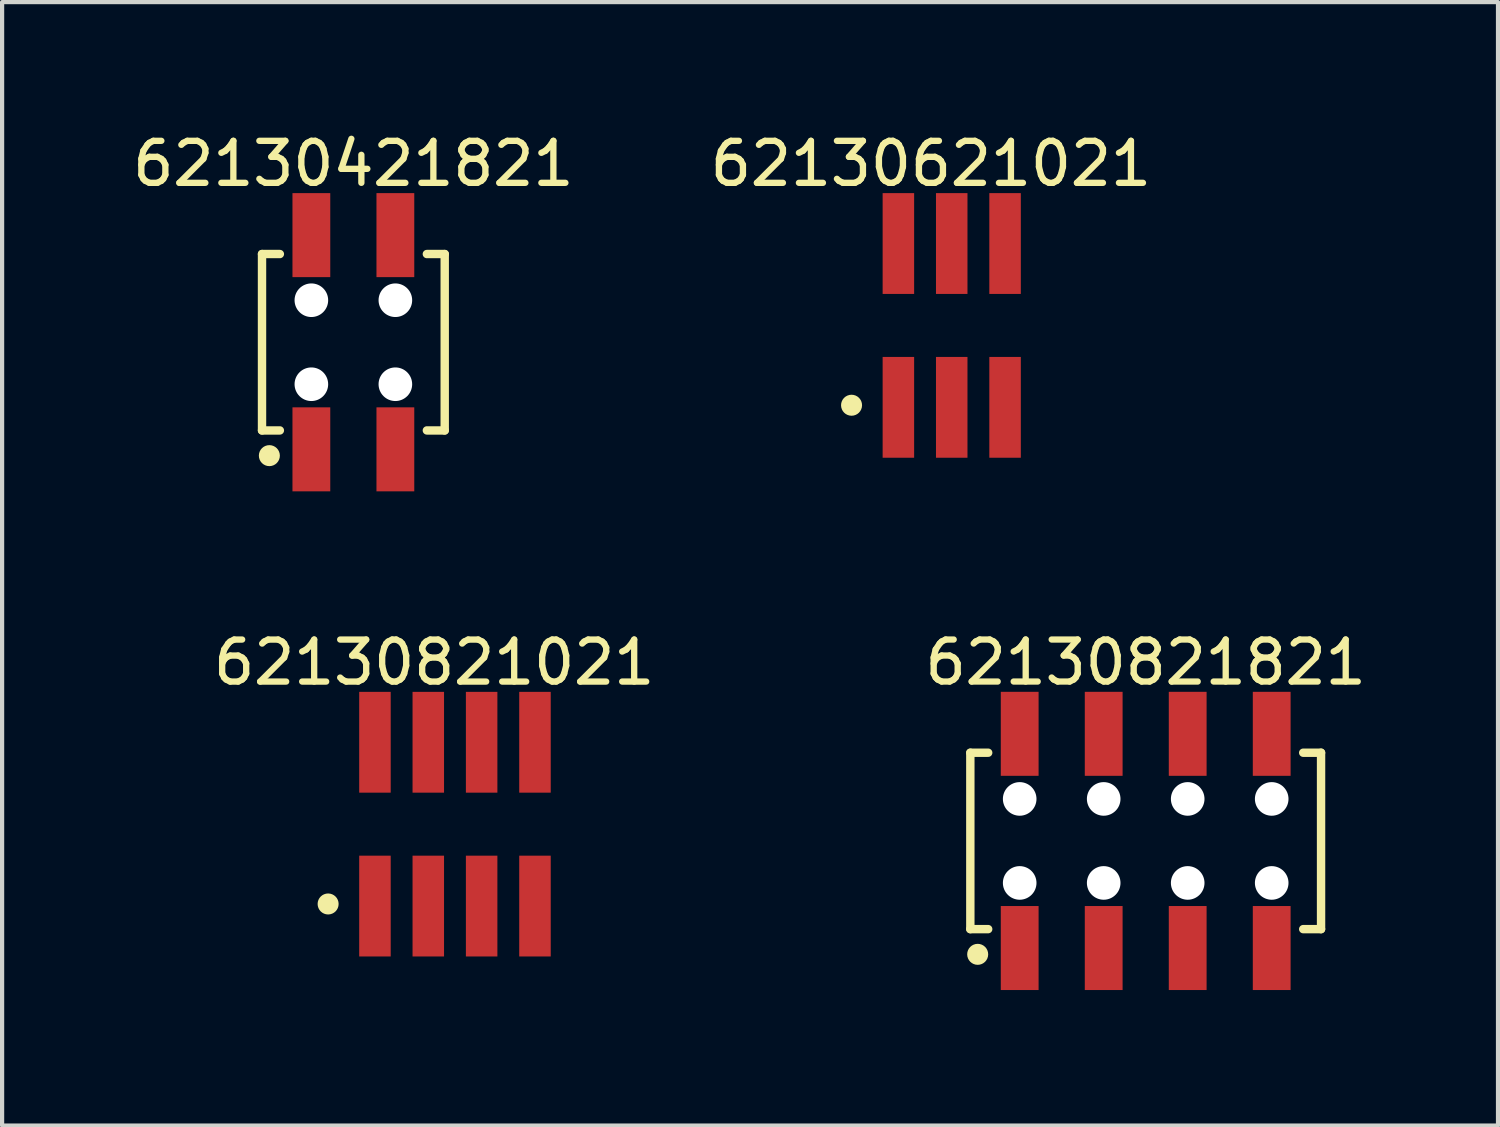
<source format=kicad_pcb>
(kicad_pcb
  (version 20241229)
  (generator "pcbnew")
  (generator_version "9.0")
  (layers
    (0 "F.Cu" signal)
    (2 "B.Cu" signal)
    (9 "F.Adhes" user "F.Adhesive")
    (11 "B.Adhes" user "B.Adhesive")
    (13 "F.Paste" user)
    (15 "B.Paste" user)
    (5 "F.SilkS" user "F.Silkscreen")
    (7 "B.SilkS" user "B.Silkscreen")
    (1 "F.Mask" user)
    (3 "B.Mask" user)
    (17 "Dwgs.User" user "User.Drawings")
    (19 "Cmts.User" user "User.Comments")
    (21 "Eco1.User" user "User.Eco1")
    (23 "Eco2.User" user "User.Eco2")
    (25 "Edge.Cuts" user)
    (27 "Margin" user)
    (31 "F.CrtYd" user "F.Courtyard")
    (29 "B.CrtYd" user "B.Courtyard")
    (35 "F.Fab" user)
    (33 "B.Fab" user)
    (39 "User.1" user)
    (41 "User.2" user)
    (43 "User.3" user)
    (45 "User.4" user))
  (footprint "62130621021"
    (layer "F.Cu")
    (at 19.609 4.698)
    (property "Reference" "62130621021" (at -0.495 -3.85 0) (layer "F.SilkS") (effects (font (size 1 1) (thickness 0.15))))
    (fp_circle (center -2.385 1.9) (end -2.385 1.775) (stroke (width 0.25) (type solid)) (fill no) (layer "F.SilkS"))
    (fp_line (start -2.105 -3.35) (end 2.105 -3.35) (stroke (width 0.05) (type solid)) (layer "Eco2.User"))
    (fp_line (start -2.105 3.35) (end -2.105 -3.35) (stroke (width 0.05) (type solid)) (layer "Eco2.User"))
    (fp_line (start -2.105 3.35) (end 2.105 3.35) (stroke (width 0.05) (type solid)) (layer "Eco2.User"))
    (fp_line (start -1.905 -1.7) (end 1.905 -1.7) (stroke (width 0.1) (type solid)) (layer "Eco2.User"))
    (fp_line (start -1.905 1.7) (end -1.905 -1.7) (stroke (width 0.1) (type solid)) (layer "Eco2.User"))
    (fp_line (start -1.905 1.7) (end 1.905 1.7) (stroke (width 0.1) (type solid)) (layer "Eco2.User"))
    (fp_line (start -1.47 -2.5) (end -1.07 -2.5) (stroke (width 0.1) (type solid)) (layer "Eco2.User"))
    (fp_line (start -1.47 -1.7) (end -1.47 -2.5) (stroke (width 0.1) (type solid)) (layer "Eco2.User"))
    (fp_line (start -1.47 2.5) (end -1.47 1.7) (stroke (width 0.1) (type solid)) (layer "Eco2.User"))
    (fp_line (start -1.47 2.5) (end -1.07 2.5) (stroke (width 0.1) (type solid)) (layer "Eco2.User"))
    (fp_line (start -1.07 -1.7) (end -1.07 -2.5) (stroke (width 0.1) (type solid)) (layer "Eco2.User"))
    (fp_line (start -1.07 2.5) (end -1.07 1.7) (stroke (width 0.1) (type solid)) (layer "Eco2.User"))
    (fp_line (start -0.5 0) (end 0.5 0) (stroke (width 0.05) (type solid)) (layer "Eco2.User"))
    (fp_line (start -0.2 -2.5) (end 0.2 -2.5) (stroke (width 0.1) (type solid)) (layer "Eco2.User"))
    (fp_line (start -0.2 -1.7) (end -0.2 -2.5) (stroke (width 0.1) (type solid)) (layer "Eco2.User"))
    (fp_line (start -0.2 2.5) (end -0.2 1.7) (stroke (width 0.1) (type solid)) (layer "Eco2.User"))
    (fp_line (start -0.2 2.5) (end 0.2 2.5) (stroke (width 0.1) (type solid)) (layer "Eco2.User"))
    (fp_line (start 0 0.5) (end 0 -0.5) (stroke (width 0.05) (type solid)) (layer "Eco2.User"))
    (fp_line (start 0.2 -1.7) (end 0.2 -2.5) (stroke (width 0.1) (type solid)) (layer "Eco2.User"))
    (fp_line (start 0.2 2.5) (end 0.2 1.7) (stroke (width 0.1) (type solid)) (layer "Eco2.User"))
    (fp_line (start 1.07 -2.5) (end 1.47 -2.5) (stroke (width 0.1) (type solid)) (layer "Eco2.User"))
    (fp_line (start 1.07 -1.7) (end 1.07 -2.5) (stroke (width 0.1) (type solid)) (layer "Eco2.User"))
    (fp_line (start 1.07 2.5) (end 1.07 1.7) (stroke (width 0.1) (type solid)) (layer "Eco2.User"))
    (fp_line (start 1.07 2.5) (end 1.47 2.5) (stroke (width 0.1) (type solid)) (layer "Eco2.User"))
    (fp_line (start 1.47 -1.7) (end 1.47 -2.5) (stroke (width 0.1) (type solid)) (layer "Eco2.User"))
    (fp_line (start 1.47 2.5) (end 1.47 1.7) (stroke (width 0.1) (type solid)) (layer "Eco2.User"))
    (fp_line (start 1.905 1.7) (end 1.905 -1.7) (stroke (width 0.1) (type solid)) (layer "Eco2.User"))
    (fp_line (start 2.105 3.35) (end 2.105 -3.35) (stroke (width 0.05) (type solid)) (layer "Eco2.User"))
    (fp_text user "${REFERENCE}" (at 0.1 -0.131 0) (unlocked yes) (layer "User.3") (effects (font (size 1 1) (thickness 0.1))))
    (pad "1" smd rect (at -1.27 1.95) (size 0.75 2.4) (layers "F.Cu" "F.Mask" "F.Paste"))
    (pad "2" smd rect (at -1.27 -1.95) (size 0.75 2.4) (layers "F.Cu" "F.Mask" "F.Paste"))
    (pad "3" smd rect (at 0 1.95) (size 0.75 2.4) (layers "F.Cu" "F.Mask" "F.Paste"))
    (pad "4" smd rect (at 0 -1.95) (size 0.75 2.4) (layers "F.Cu" "F.Mask" "F.Paste"))
    (pad "5" smd rect (at 1.27 1.95) (size 0.75 2.4) (layers "F.Cu" "F.Mask" "F.Paste"))
    (pad "6" smd rect (at 1.27 -1.95) (size 0.75 2.4) (layers "F.Cu" "F.Mask" "F.Paste")))
  (footprint "62130821021"
    (layer "F.Cu")
    (at 7.782 16.572)
    (property "Reference" "62130821021" (at -0.495 -3.85 0) (layer "F.SilkS") (effects (font (size 1 1) (thickness 0.15))))
    (fp_circle (center -3.02 1.9) (end -3.02 1.775) (stroke (width 0.25) (type solid)) (fill no) (layer "F.SilkS"))
    (fp_line (start -2.74 -3.35) (end 2.74 -3.35) (stroke (width 0.05) (type solid)) (layer "Eco2.User"))
    (fp_line (start -2.74 3.35) (end -2.74 -3.35) (stroke (width 0.05) (type solid)) (layer "Eco2.User"))
    (fp_line (start -2.74 3.35) (end 2.74 3.35) (stroke (width 0.05) (type solid)) (layer "Eco2.User"))
    (fp_line (start -2.54 -1.7) (end 2.54 -1.7) (stroke (width 0.1) (type solid)) (layer "Eco2.User"))
    (fp_line (start -2.54 1.7) (end -2.54 -1.7) (stroke (width 0.1) (type solid)) (layer "Eco2.User"))
    (fp_line (start -2.54 1.7) (end 2.54 1.7) (stroke (width 0.1) (type solid)) (layer "Eco2.User"))
    (fp_line (start -2.105 -2.5) (end -1.705 -2.5) (stroke (width 0.1) (type solid)) (layer "Eco2.User"))
    (fp_line (start -2.105 -1.7) (end -2.105 -2.5) (stroke (width 0.1) (type solid)) (layer "Eco2.User"))
    (fp_line (start -2.105 2.5) (end -2.105 1.7) (stroke (width 0.1) (type solid)) (layer "Eco2.User"))
    (fp_line (start -2.105 2.5) (end -1.705 2.5) (stroke (width 0.1) (type solid)) (layer "Eco2.User"))
    (fp_line (start -1.705 -1.7) (end -1.705 -2.5) (stroke (width 0.1) (type solid)) (layer "Eco2.User"))
    (fp_line (start -1.705 2.5) (end -1.705 1.7) (stroke (width 0.1) (type solid)) (layer "Eco2.User"))
    (fp_line (start -0.835 -2.5) (end -0.435 -2.5) (stroke (width 0.1) (type solid)) (layer "Eco2.User"))
    (fp_line (start -0.835 -1.7) (end -0.835 -2.5) (stroke (width 0.1) (type solid)) (layer "Eco2.User"))
    (fp_line (start -0.835 2.5) (end -0.835 1.7) (stroke (width 0.1) (type solid)) (layer "Eco2.User"))
    (fp_line (start -0.835 2.5) (end -0.435 2.5) (stroke (width 0.1) (type solid)) (layer "Eco2.User"))
    (fp_line (start -0.5 0) (end 0.5 0) (stroke (width 0.05) (type solid)) (layer "Eco2.User"))
    (fp_line (start -0.435 -1.7) (end -0.435 -2.5) (stroke (width 0.1) (type solid)) (layer "Eco2.User"))
    (fp_line (start -0.435 2.5) (end -0.435 1.7) (stroke (width 0.1) (type solid)) (layer "Eco2.User"))
    (fp_line (start 0 0.5) (end 0 -0.5) (stroke (width 0.05) (type solid)) (layer "Eco2.User"))
    (fp_line (start 0.435 -2.5) (end 0.835 -2.5) (stroke (width 0.1) (type solid)) (layer "Eco2.User"))
    (fp_line (start 0.435 -1.7) (end 0.435 -2.5) (stroke (width 0.1) (type solid)) (layer "Eco2.User"))
    (fp_line (start 0.435 2.5) (end 0.435 1.7) (stroke (width 0.1) (type solid)) (layer "Eco2.User"))
    (fp_line (start 0.435 2.5) (end 0.835 2.5) (stroke (width 0.1) (type solid)) (layer "Eco2.User"))
    (fp_line (start 0.835 -1.7) (end 0.835 -2.5) (stroke (width 0.1) (type solid)) (layer "Eco2.User"))
    (fp_line (start 0.835 2.5) (end 0.835 1.7) (stroke (width 0.1) (type solid)) (layer "Eco2.User"))
    (fp_line (start 1.705 -2.5) (end 2.105 -2.5) (stroke (width 0.1) (type solid)) (layer "Eco2.User"))
    (fp_line (start 1.705 -1.7) (end 1.705 -2.5) (stroke (width 0.1) (type solid)) (layer "Eco2.User"))
    (fp_line (start 1.705 2.5) (end 1.705 1.7) (stroke (width 0.1) (type solid)) (layer "Eco2.User"))
    (fp_line (start 1.705 2.5) (end 2.105 2.5) (stroke (width 0.1) (type solid)) (layer "Eco2.User"))
    (fp_line (start 2.105 -1.7) (end 2.105 -2.5) (stroke (width 0.1) (type solid)) (layer "Eco2.User"))
    (fp_line (start 2.105 2.5) (end 2.105 1.7) (stroke (width 0.1) (type solid)) (layer "Eco2.User"))
    (fp_line (start 2.54 1.7) (end 2.54 -1.7) (stroke (width 0.1) (type solid)) (layer "Eco2.User"))
    (fp_line (start 2.74 3.35) (end 2.74 -3.35) (stroke (width 0.05) (type solid)) (layer "Eco2.User"))
    (fp_text user "${REFERENCE}" (at 0.15 -0.197 0) (unlocked yes) (layer "User.3") (effects (font (size 1.5 1.5) (thickness 0.15))))
    (pad "1" smd rect (at -1.905 1.95) (size 0.75 2.4) (layers "F.Cu" "F.Mask" "F.Paste"))
    (pad "2" smd rect (at -1.905 -1.95) (size 0.75 2.4) (layers "F.Cu" "F.Mask" "F.Paste"))
    (pad "3" smd rect (at -0.635 1.95) (size 0.75 2.4) (layers "F.Cu" "F.Mask" "F.Paste"))
    (pad "4" smd rect (at -0.635 -1.95) (size 0.75 2.4) (layers "F.Cu" "F.Mask" "F.Paste"))
    (pad "5" smd rect (at 0.635 1.95) (size 0.75 2.4) (layers "F.Cu" "F.Mask" "F.Paste"))
    (pad "6" smd rect (at 0.635 -1.95) (size 0.75 2.4) (layers "F.Cu" "F.Mask" "F.Paste"))
    (pad "7" smd rect (at 1.905 1.95) (size 0.75 2.4) (layers "F.Cu" "F.Mask" "F.Paste"))
    (pad "8" smd rect (at 1.905 -1.95) (size 0.75 2.4) (layers "F.Cu" "F.Mask" "F.Paste")))
  (footprint "62130821821"
    (layer "F.Cu")
    (at 24.227 16.971)
    (property "Reference" "62130821821" (at 0 -4.25 0) (layer "F.SilkS") (effects (font (size 1 1) (thickness 0.15))))
    (fp_line (start -4.175 -2.1) (end -3.75 -2.1) (stroke (width 0.2) (type solid)) (layer "F.SilkS"))
    (fp_line (start -4.175 2.1) (end -4.175 -2.1) (stroke (width 0.2) (type solid)) (layer "F.SilkS"))
    (fp_line (start -4.175 2.1) (end -3.75 2.1) (stroke (width 0.2) (type solid)) (layer "F.SilkS"))
    (fp_line (start 3.75 -2.1) (end 4.175 -2.1) (stroke (width 0.2) (type solid)) (layer "F.SilkS"))
    (fp_line (start 3.75 2.1) (end 4.175 2.1) (stroke (width 0.2) (type solid)) (layer "F.SilkS"))
    (fp_line (start 4.175 2.1) (end 4.175 -2.1) (stroke (width 0.2) (type solid)) (layer "F.SilkS"))
    (fp_circle (center -4 2.7) (end -4 2.575) (stroke (width 0.25) (type solid)) (fill no) (layer "F.SilkS"))
    (fp_line (start -4.375 -3.75) (end 4.375 -3.75) (stroke (width 0.05) (type solid)) (layer "Eco2.User"))
    (fp_line (start -4.375 3.75) (end -4.375 -3.75) (stroke (width 0.05) (type solid)) (layer "Eco2.User"))
    (fp_line (start -4.375 3.75) (end 4.375 3.75) (stroke (width 0.05) (type solid)) (layer "Eco2.User"))
    (fp_line (start -4 -2) (end 4 -2) (stroke (width 0.1) (type solid)) (layer "Eco2.User"))
    (fp_line (start -4 2) (end -4 -2) (stroke (width 0.1) (type solid)) (layer "Eco2.User"))
    (fp_line (start -4 2) (end 4 2) (stroke (width 0.1) (type solid)) (layer "Eco2.User"))
    (fp_line (start -3.25 -3) (end -2.75 -3) (stroke (width 0.1) (type solid)) (layer "Eco2.User"))
    (fp_line (start -3.25 -2) (end -3.25 -3) (stroke (width 0.1) (type solid)) (layer "Eco2.User"))
    (fp_line (start -3.25 3) (end -3.25 2) (stroke (width 0.1) (type solid)) (layer "Eco2.User"))
    (fp_line (start -3.25 3) (end -2.75 3) (stroke (width 0.1) (type solid)) (layer "Eco2.User"))
    (fp_line (start -2.75 -2) (end -2.75 -3) (stroke (width 0.1) (type solid)) (layer "Eco2.User"))
    (fp_line (start -2.75 3) (end -2.75 2) (stroke (width 0.1) (type solid)) (layer "Eco2.User"))
    (fp_line (start -1.25 -3) (end -0.75 -3) (stroke (width 0.1) (type solid)) (layer "Eco2.User"))
    (fp_line (start -1.25 -2) (end -1.25 -3) (stroke (width 0.1) (type solid)) (layer "Eco2.User"))
    (fp_line (start -1.25 3) (end -1.25 2) (stroke (width 0.1) (type solid)) (layer "Eco2.User"))
    (fp_line (start -1.25 3) (end -0.75 3) (stroke (width 0.1) (type solid)) (layer "Eco2.User"))
    (fp_line (start -0.75 -2) (end -0.75 -3) (stroke (width 0.1) (type solid)) (layer "Eco2.User"))
    (fp_line (start -0.75 3) (end -0.75 2) (stroke (width 0.1) (type solid)) (layer "Eco2.User"))
    (fp_line (start -0.5 0) (end 0.5 0) (stroke (width 0.05) (type solid)) (layer "Eco2.User"))
    (fp_line (start 0 0.5) (end 0 -0.5) (stroke (width 0.05) (type solid)) (layer "Eco2.User"))
    (fp_line (start 0.75 -3) (end 1.25 -3) (stroke (width 0.1) (type solid)) (layer "Eco2.User"))
    (fp_line (start 0.75 -2) (end 0.75 -3) (stroke (width 0.1) (type solid)) (layer "Eco2.User"))
    (fp_line (start 0.75 3) (end 0.75 2) (stroke (width 0.1) (type solid)) (layer "Eco2.User"))
    (fp_line (start 0.75 3) (end 1.25 3) (stroke (width 0.1) (type solid)) (layer "Eco2.User"))
    (fp_line (start 1.25 -2) (end 1.25 -3) (stroke (width 0.1) (type solid)) (layer "Eco2.User"))
    (fp_line (start 1.25 3) (end 1.25 2) (stroke (width 0.1) (type solid)) (layer "Eco2.User"))
    (fp_line (start 2.75 -3) (end 3.25 -3) (stroke (width 0.1) (type solid)) (layer "Eco2.User"))
    (fp_line (start 2.75 -2) (end 2.75 -3) (stroke (width 0.1) (type solid)) (layer "Eco2.User"))
    (fp_line (start 2.75 3) (end 2.75 2) (stroke (width 0.1) (type solid)) (layer "Eco2.User"))
    (fp_line (start 2.75 3) (end 3.25 3) (stroke (width 0.1) (type solid)) (layer "Eco2.User"))
    (fp_line (start 3.25 -2) (end 3.25 -3) (stroke (width 0.1) (type solid)) (layer "Eco2.User"))
    (fp_line (start 3.25 3) (end 3.25 2) (stroke (width 0.1) (type solid)) (layer "Eco2.User"))
    (fp_line (start 4 2) (end 4 -2) (stroke (width 0.1) (type solid)) (layer "Eco2.User"))
    (fp_line (start 4.375 3.75) (end 4.375 -3.75) (stroke (width 0.05) (type solid)) (layer "Eco2.User"))
    (fp_text user "${REFERENCE}" (at 0.1 -0.131 0) (unlocked yes) (layer "User.3") (effects (font (size 1 1) (thickness 0.1))))
    (pad "" np_thru_hole circle (at -3 -1) (size 0.8 0.8) (drill 0.8) (layers "*.Cu" "*.Mask"))
    (pad "" np_thru_hole circle (at -3 1) (size 0.8 0.8) (drill 0.8) (layers "*.Cu" "*.Mask"))
    (pad "" np_thru_hole circle (at -1 -1) (size 0.8 0.8) (drill 0.8) (layers "*.Cu" "*.Mask"))
    (pad "" np_thru_hole circle (at -1 1) (size 0.8 0.8) (drill 0.8) (layers "*.Cu" "*.Mask"))
    (pad "" np_thru_hole circle (at 1 -1) (size 0.8 0.8) (drill 0.8) (layers "*.Cu" "*.Mask"))
    (pad "" np_thru_hole circle (at 1 1) (size 0.8 0.8) (drill 0.8) (layers "*.Cu" "*.Mask"))
    (pad "" np_thru_hole circle (at 3 -1) (size 0.8 0.8) (drill 0.8) (layers "*.Cu" "*.Mask"))
    (pad "" np_thru_hole circle (at 3 1) (size 0.8 0.8) (drill 0.8) (layers "*.Cu" "*.Mask"))
    (pad "1" smd rect (at -3 2.55) (size 0.9 2) (layers "F.Cu" "F.Mask" "F.Paste"))
    (pad "2" smd rect (at -3 -2.55) (size 0.9 2) (layers "F.Cu" "F.Mask" "F.Paste"))
    (pad "3" smd rect (at -1 2.55) (size 0.9 2) (layers "F.Cu" "F.Mask" "F.Paste"))
    (pad "4" smd rect (at -1 -2.55) (size 0.9 2) (layers "F.Cu" "F.Mask" "F.Paste"))
    (pad "5" smd rect (at 1 2.55) (size 0.9 2) (layers "F.Cu" "F.Mask" "F.Paste"))
    (pad "6" smd rect (at 1 -2.55) (size 0.9 2) (layers "F.Cu" "F.Mask" "F.Paste"))
    (pad "7" smd rect (at 3 2.55) (size 0.9 2) (layers "F.Cu" "F.Mask" "F.Paste"))
    (pad "8" smd rect (at 3 -2.55) (size 0.9 2) (layers "F.Cu" "F.Mask" "F.Paste")))
  (footprint "62130421821"
    (layer "F.Cu")
    (at 5.363 5.098)
    (property "Reference" "62130421821" (at 0 -4.25 0) (layer "F.SilkS") (effects (font (size 1 1) (thickness 0.15))))
    (fp_line (start -2.175 -2.1) (end -1.75 -2.1) (stroke (width 0.2) (type solid)) (layer "F.SilkS"))
    (fp_line (start -2.175 2.1) (end -2.175 -2.1) (stroke (width 0.2) (type solid)) (layer "F.SilkS"))
    (fp_line (start -2.175 2.1) (end -1.75 2.1) (stroke (width 0.2) (type solid)) (layer "F.SilkS"))
    (fp_line (start 1.75 -2.1) (end 2.175 -2.1) (stroke (width 0.2) (type solid)) (layer "F.SilkS"))
    (fp_line (start 1.75 2.1) (end 2.175 2.1) (stroke (width 0.2) (type solid)) (layer "F.SilkS"))
    (fp_line (start 2.175 2.1) (end 2.175 -2.1) (stroke (width 0.2) (type solid)) (layer "F.SilkS"))
    (fp_circle (center -2 2.7) (end -2 2.575) (stroke (width 0.25) (type solid)) (fill no) (layer "F.SilkS"))
    (fp_line (start -2.375 -3.75) (end 2.375 -3.75) (stroke (width 0.05) (type solid)) (layer "Eco2.User"))
    (fp_line (start -2.375 3.75) (end -2.375 -3.75) (stroke (width 0.05) (type solid)) (layer "Eco2.User"))
    (fp_line (start -2.375 3.75) (end 2.375 3.75) (stroke (width 0.05) (type solid)) (layer "Eco2.User"))
    (fp_line (start -2 -2) (end 2 -2) (stroke (width 0.1) (type solid)) (layer "Eco2.User"))
    (fp_line (start -2 2) (end -2 -2) (stroke (width 0.1) (type solid)) (layer "Eco2.User"))
    (fp_line (start -2 2) (end 2 2) (stroke (width 0.1) (type solid)) (layer "Eco2.User"))
    (fp_line (start -1.25 -3) (end -0.75 -3) (stroke (width 0.1) (type solid)) (layer "Eco2.User"))
    (fp_line (start -1.25 -2) (end -1.25 -3) (stroke (width 0.1) (type solid)) (layer "Eco2.User"))
    (fp_line (start -1.25 3) (end -1.25 2) (stroke (width 0.1) (type solid)) (layer "Eco2.User"))
    (fp_line (start -1.25 3) (end -0.75 3) (stroke (width 0.1) (type solid)) (layer "Eco2.User"))
    (fp_line (start -0.75 -2) (end -0.75 -3) (stroke (width 0.1) (type solid)) (layer "Eco2.User"))
    (fp_line (start -0.75 3) (end -0.75 2) (stroke (width 0.1) (type solid)) (layer "Eco2.User"))
    (fp_line (start -0.5 0) (end 0.5 0) (stroke (width 0.05) (type solid)) (layer "Eco2.User"))
    (fp_line (start 0 0.5) (end 0 -0.5) (stroke (width 0.05) (type solid)) (layer "Eco2.User"))
    (fp_line (start 0.75 -3) (end 1.25 -3) (stroke (width 0.1) (type solid)) (layer "Eco2.User"))
    (fp_line (start 0.75 -2) (end 0.75 -3) (stroke (width 0.1) (type solid)) (layer "Eco2.User"))
    (fp_line (start 0.75 3) (end 0.75 2) (stroke (width 0.1) (type solid)) (layer "Eco2.User"))
    (fp_line (start 0.75 3) (end 1.25 3) (stroke (width 0.1) (type solid)) (layer "Eco2.User"))
    (fp_line (start 1.25 -2) (end 1.25 -3) (stroke (width 0.1) (type solid)) (layer "Eco2.User"))
    (fp_line (start 1.25 3) (end 1.25 2) (stroke (width 0.1) (type solid)) (layer "Eco2.User"))
    (fp_line (start 2 2) (end 2 -2) (stroke (width 0.1) (type solid)) (layer "Eco2.User"))
    (fp_line (start 2.375 3.75) (end 2.375 -3.75) (stroke (width 0.05) (type solid)) (layer "Eco2.User"))
    (fp_text user "${REFERENCE}" (at 0.1 -0.131 0) (unlocked yes) (layer "User.3") (effects (font (size 1 1) (thickness 0.1))))
    (pad "" np_thru_hole circle (at -1 -1) (size 0.8 0.8) (drill 0.8) (layers "*.Cu" "*.Mask"))
    (pad "" np_thru_hole circle (at -1 1) (size 0.8 0.8) (drill 0.8) (layers "*.Cu" "*.Mask"))
    (pad "" np_thru_hole circle (at 1 -1) (size 0.8 0.8) (drill 0.8) (layers "*.Cu" "*.Mask"))
    (pad "" np_thru_hole circle (at 1 1) (size 0.8 0.8) (drill 0.8) (layers "*.Cu" "*.Mask"))
    (pad "1" smd rect (at -1 2.55) (size 0.9 2) (layers "F.Cu" "F.Mask" "F.Paste"))
    (pad "2" smd rect (at -1 -2.55) (size 0.9 2) (layers "F.Cu" "F.Mask" "F.Paste"))
    (pad "3" smd rect (at 1 2.55) (size 0.9 2) (layers "F.Cu" "F.Mask" "F.Paste"))
    (pad "4" smd rect (at 1 -2.55) (size 0.9 2) (layers "F.Cu" "F.Mask" "F.Paste")))
  (gr_rect
    (start -3 -3)
    (end 32.615 23.747)
    (stroke (width 0.1) (type default))
    (fill no)
    (layer "Edge.Cuts")))
</source>
